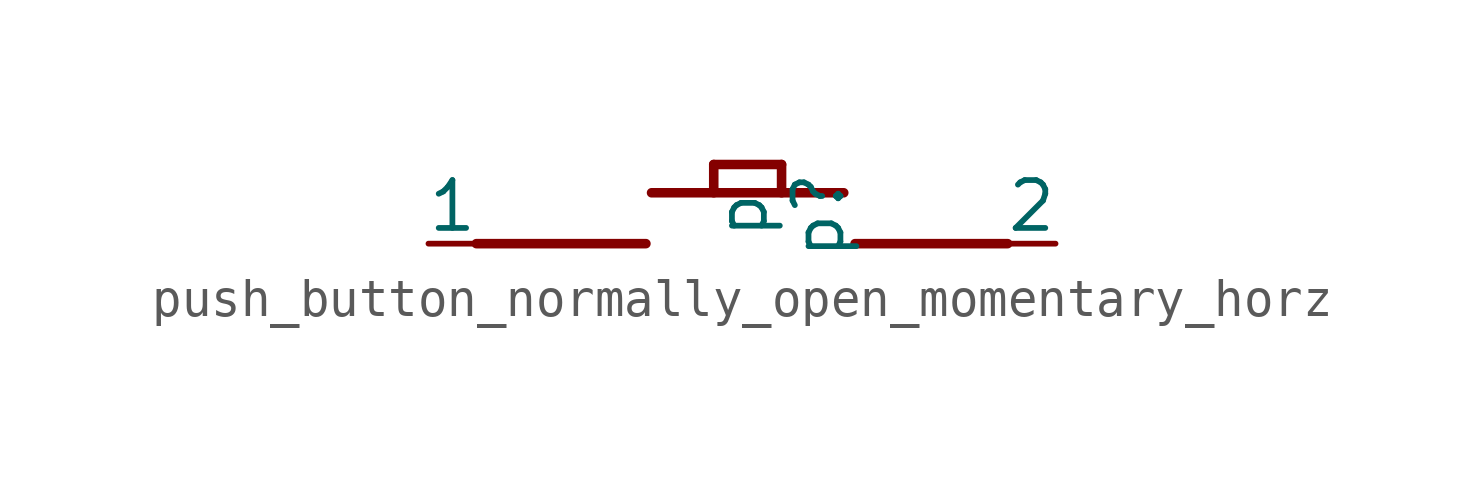
<source format=kicad_sym>
(kicad_symbol_lib
  (version 20211014)
  (generator circuit-json-to-kicad)
  (symbol "push_button_normally_open_momentary_horz"
    (pin_numbers
      (hide yes))
    (pin_names
      (offset 0))
    (property "Reference" "p"
      (at 2.032 0 90)
      (effects (font (size 1.27 1.27))))
    (property "Value" "p"
      (at 0 0 90)
      (effects (font (size 1.27 1.27))))
    (symbol "push_button_normally_open_momentary_horz_0_1"
      (polyline (pts (xy -0.75 1.35) (xy -0.75 0.6)) (stroke (width 0.254) (type default)) (fill (type none)))
      (polyline (pts (xy -0.75 1.35) (xy 1.05 1.35)) (stroke (width 0.254) (type default)) (fill (type none)))
      (polyline (pts (xy 1.05 1.35) (xy 1.05 0.6)) (stroke (width 0.254) (type default)) (fill (type none)))
      (polyline (pts (xy -7.05 -0.75) (xy -2.55 -0.75)) (stroke (width 0.254) (type default)) (fill (type none)))
      (polyline (pts (xy -2.4 0.6) (xy 2.7 0.6)) (stroke (width 0.254) (type default)) (fill (type none)))
      (polyline (pts (xy 3 -0.75) (xy 7.05 -0.75)) (stroke (width 0.254) (type default)) (fill (type none))))
    (symbol "push_button_normally_open_momentary_horz_1_1"
      (pin passive line (at -7.05 -0.75 180) (length 1.27) (name "1" (effects (font (size 1.27 1.27)))) (number "1" (effects (font (size 1.27 1.27)))))
      (pin passive line (at 7.05 -0.75 0) (length 1.27) (name "2" (effects (font (size 1.27 1.27)))) (number "2" (effects (font (size 1.27 1.27))))))))
</source>
